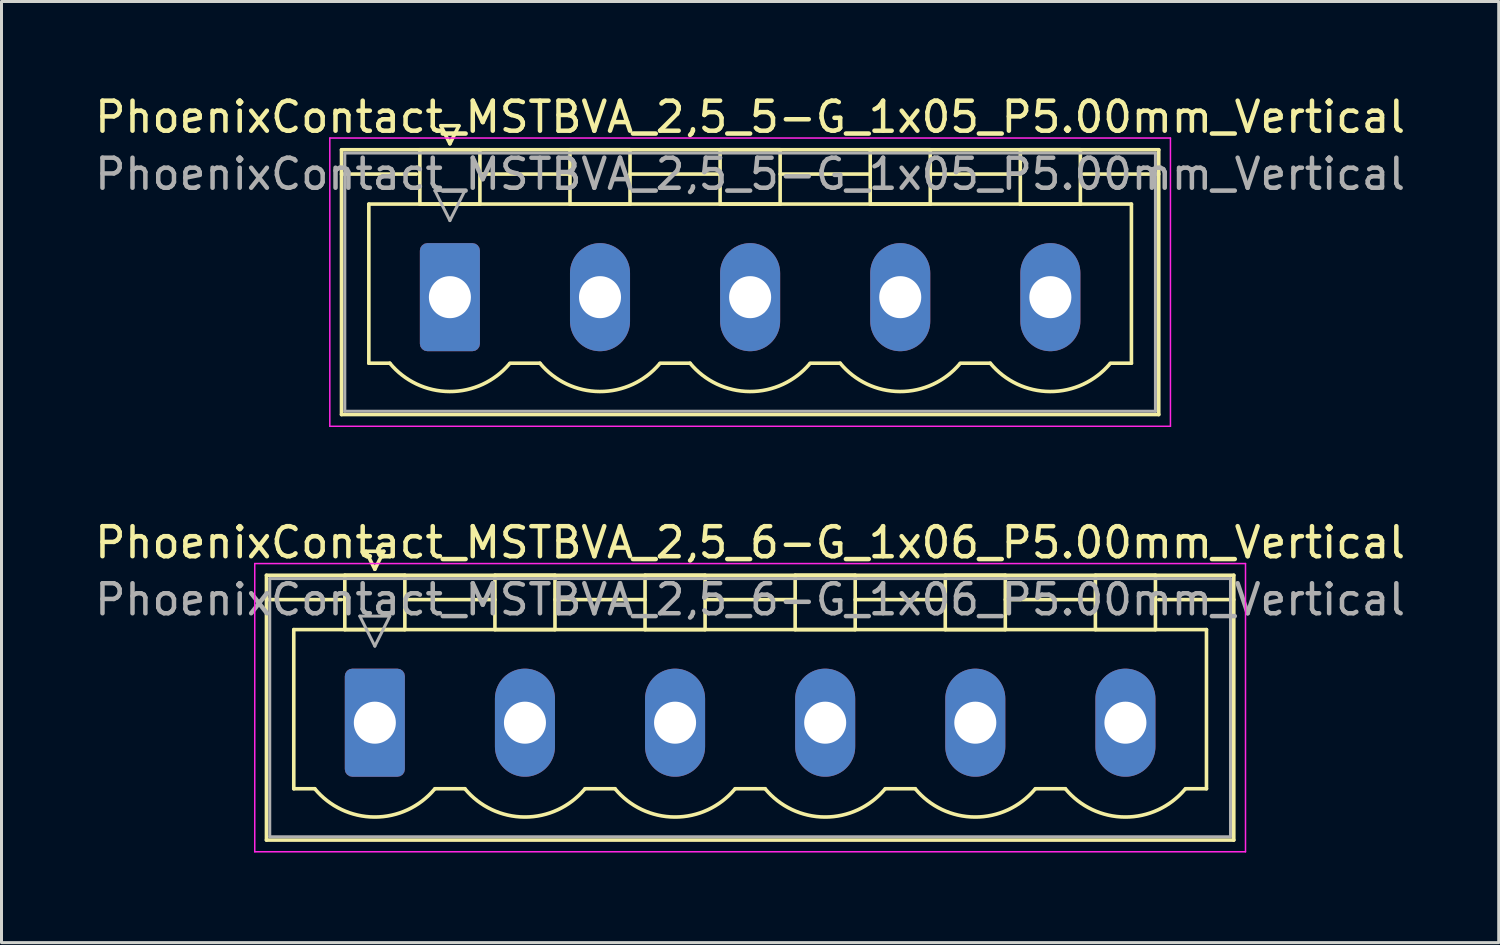
<source format=kicad_pcb>
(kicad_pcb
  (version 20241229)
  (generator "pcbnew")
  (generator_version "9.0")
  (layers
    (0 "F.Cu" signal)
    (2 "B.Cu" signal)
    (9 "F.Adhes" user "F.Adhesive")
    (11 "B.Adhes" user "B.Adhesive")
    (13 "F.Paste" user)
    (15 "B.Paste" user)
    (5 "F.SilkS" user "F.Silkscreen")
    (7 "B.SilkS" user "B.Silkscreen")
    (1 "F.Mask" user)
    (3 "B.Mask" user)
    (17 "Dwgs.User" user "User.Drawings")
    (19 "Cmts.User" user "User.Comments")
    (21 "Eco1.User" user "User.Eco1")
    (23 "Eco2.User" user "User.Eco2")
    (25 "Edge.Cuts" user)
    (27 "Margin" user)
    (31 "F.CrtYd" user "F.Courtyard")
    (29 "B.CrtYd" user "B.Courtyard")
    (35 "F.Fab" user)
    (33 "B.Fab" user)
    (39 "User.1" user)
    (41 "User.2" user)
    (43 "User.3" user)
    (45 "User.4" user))
  (footprint "PhoenixContact_MSTBVA_2,5_6-G_1x06_P5.00mm_Vertical"
    (layer "F.Cu")
    (at 9.435 21.021)
    (property "Reference" "PhoenixContact_MSTBVA_2,5_6-G_1x06_P5.00mm_Vertical" (at 12.5 -6 0) (layer "F.SilkS") (effects (font (size 1 1) (thickness 0.15))))
    (attr through_hole)
    (fp_line (start -3.61 -4.91) (end -3.61 3.91) (stroke (width 0.12) (type solid)) (layer "F.SilkS"))
    (fp_line (start -3.61 -4.1) (end -1.11 -4.1) (stroke (width 0.12) (type solid)) (layer "F.SilkS"))
    (fp_line (start -3.61 3.91) (end 28.61 3.91) (stroke (width 0.12) (type solid)) (layer "F.SilkS"))
    (fp_line (start -2.7 -3.1) (end 27.7 -3.1) (stroke (width 0.12) (type solid)) (layer "F.SilkS"))
    (fp_line (start -2.7 2.2) (end -2.7 -3.1) (stroke (width 0.12) (type solid)) (layer "F.SilkS"))
    (fp_line (start -2 2.2) (end -2.7 2.2) (stroke (width 0.12) (type solid)) (layer "F.SilkS"))
    (fp_line (start -1 -4.91) (end 1 -4.91) (stroke (width 0.12) (type solid)) (layer "F.SilkS"))
    (fp_line (start -1 -3.1) (end -1 -4.91) (stroke (width 0.12) (type solid)) (layer "F.SilkS"))
    (fp_line (start -0.3 -5.71) (end 0.3 -5.71) (stroke (width 0.12) (type solid)) (layer "F.SilkS"))
    (fp_line (start 0 -5.11) (end -0.3 -5.71) (stroke (width 0.12) (type solid)) (layer "F.SilkS"))
    (fp_line (start 0.3 -5.71) (end 0 -5.11) (stroke (width 0.12) (type solid)) (layer "F.SilkS"))
    (fp_line (start 1 -4.91) (end 1 -3.1) (stroke (width 0.12) (type solid)) (layer "F.SilkS"))
    (fp_line (start 1 -4.1) (end 4 -4.1) (stroke (width 0.12) (type solid)) (layer "F.SilkS"))
    (fp_line (start 1 -3.1) (end -1 -3.1) (stroke (width 0.12) (type solid)) (layer "F.SilkS"))
    (fp_line (start 2 2.2) (end 3 2.2) (stroke (width 0.12) (type solid)) (layer "F.SilkS"))
    (fp_line (start 4 -4.91) (end 6 -4.91) (stroke (width 0.12) (type solid)) (layer "F.SilkS"))
    (fp_line (start 4 -3.1) (end 4 -4.91) (stroke (width 0.12) (type solid)) (layer "F.SilkS"))
    (fp_line (start 6 -4.91) (end 6 -3.1) (stroke (width 0.12) (type solid)) (layer "F.SilkS"))
    (fp_line (start 6 -4.1) (end 9 -4.1) (stroke (width 0.12) (type solid)) (layer "F.SilkS"))
    (fp_line (start 6 -3.1) (end 4 -3.1) (stroke (width 0.12) (type solid)) (layer "F.SilkS"))
    (fp_line (start 7 2.2) (end 8 2.2) (stroke (width 0.12) (type solid)) (layer "F.SilkS"))
    (fp_line (start 9 -4.91) (end 11 -4.91) (stroke (width 0.12) (type solid)) (layer "F.SilkS"))
    (fp_line (start 9 -3.1) (end 9 -4.91) (stroke (width 0.12) (type solid)) (layer "F.SilkS"))
    (fp_line (start 11 -4.91) (end 11 -3.1) (stroke (width 0.12) (type solid)) (layer "F.SilkS"))
    (fp_line (start 11 -4.1) (end 14 -4.1) (stroke (width 0.12) (type solid)) (layer "F.SilkS"))
    (fp_line (start 11 -3.1) (end 9 -3.1) (stroke (width 0.12) (type solid)) (layer "F.SilkS"))
    (fp_line (start 12 2.2) (end 13 2.2) (stroke (width 0.12) (type solid)) (layer "F.SilkS"))
    (fp_line (start 14 -4.91) (end 16 -4.91) (stroke (width 0.12) (type solid)) (layer "F.SilkS"))
    (fp_line (start 14 -3.1) (end 14 -4.91) (stroke (width 0.12) (type solid)) (layer "F.SilkS"))
    (fp_line (start 16 -4.91) (end 16 -3.1) (stroke (width 0.12) (type solid)) (layer "F.SilkS"))
    (fp_line (start 16 -4.1) (end 19 -4.1) (stroke (width 0.12) (type solid)) (layer "F.SilkS"))
    (fp_line (start 16 -3.1) (end 14 -3.1) (stroke (width 0.12) (type solid)) (layer "F.SilkS"))
    (fp_line (start 17 2.2) (end 18 2.2) (stroke (width 0.12) (type solid)) (layer "F.SilkS"))
    (fp_line (start 19 -4.91) (end 21 -4.91) (stroke (width 0.12) (type solid)) (layer "F.SilkS"))
    (fp_line (start 19 -3.1) (end 19 -4.91) (stroke (width 0.12) (type solid)) (layer "F.SilkS"))
    (fp_line (start 21 -4.91) (end 21 -3.1) (stroke (width 0.12) (type solid)) (layer "F.SilkS"))
    (fp_line (start 21 -4.1) (end 24 -4.1) (stroke (width 0.12) (type solid)) (layer "F.SilkS"))
    (fp_line (start 21 -3.1) (end 19 -3.1) (stroke (width 0.12) (type solid)) (layer "F.SilkS"))
    (fp_line (start 22 2.2) (end 23 2.2) (stroke (width 0.12) (type solid)) (layer "F.SilkS"))
    (fp_line (start 24 -4.91) (end 26 -4.91) (stroke (width 0.12) (type solid)) (layer "F.SilkS"))
    (fp_line (start 24 -3.1) (end 24 -4.91) (stroke (width 0.12) (type solid)) (layer "F.SilkS"))
    (fp_line (start 26 -4.91) (end 26 -3.1) (stroke (width 0.12) (type solid)) (layer "F.SilkS"))
    (fp_line (start 26 -3.1) (end 24 -3.1) (stroke (width 0.12) (type solid)) (layer "F.SilkS"))
    (fp_line (start 27.7 -3.1) (end 27.7 2.2) (stroke (width 0.12) (type solid)) (layer "F.SilkS"))
    (fp_line (start 27.7 2.2) (end 27 2.2) (stroke (width 0.12) (type solid)) (layer "F.SilkS"))
    (fp_line (start 28.61 -4.91) (end -3.61 -4.91) (stroke (width 0.12) (type solid)) (layer "F.SilkS"))
    (fp_line (start 28.61 -4.1) (end 26.11 -4.1) (stroke (width 0.12) (type solid)) (layer "F.SilkS"))
    (fp_line (start 28.61 3.91) (end 28.61 -4.91) (stroke (width 0.12) (type solid)) (layer "F.SilkS"))
    (fp_arc (start 1.986842 2.215821) (mid -0.010289 3.142758) (end -2 2.2) (stroke (width 0.12) (type solid)) (layer "F.SilkS"))
    (fp_arc (start 6.986842 2.215821) (mid 4.989711 3.142758) (end 3 2.2) (stroke (width 0.12) (type solid)) (layer "F.SilkS"))
    (fp_arc (start 11.986842 2.215821) (mid 9.989711 3.142758) (end 8 2.2) (stroke (width 0.12) (type solid)) (layer "F.SilkS"))
    (fp_arc (start 16.986842 2.215821) (mid 14.989711 3.142758) (end 13 2.2) (stroke (width 0.12) (type solid)) (layer "F.SilkS"))
    (fp_arc (start 21.986842 2.215821) (mid 19.989711 3.142758) (end 18 2.2) (stroke (width 0.12) (type solid)) (layer "F.SilkS"))
    (fp_arc (start 26.986842 2.215821) (mid 24.989711 3.142758) (end 23 2.2) (stroke (width 0.12) (type solid)) (layer "F.SilkS"))
    (fp_line (start -4 -5.3) (end -4 4.3) (stroke (width 0.05) (type solid)) (layer "F.CrtYd"))
    (fp_line (start -4 4.3) (end 29 4.3) (stroke (width 0.05) (type solid)) (layer "F.CrtYd"))
    (fp_line (start 29 -5.3) (end -4 -5.3) (stroke (width 0.05) (type solid)) (layer "F.CrtYd"))
    (fp_line (start 29 4.3) (end 29 -5.3) (stroke (width 0.05) (type solid)) (layer "F.CrtYd"))
    (fp_line (start -3.5 -4.8) (end -3.5 3.8) (stroke (width 0.1) (type solid)) (layer "F.Fab"))
    (fp_line (start -3.5 3.8) (end 28.5 3.8) (stroke (width 0.1) (type solid)) (layer "F.Fab"))
    (fp_line (start -0.5 -3.55) (end 0.5 -3.55) (stroke (width 0.1) (type solid)) (layer "F.Fab"))
    (fp_line (start 0 -2.55) (end -0.5 -3.55) (stroke (width 0.1) (type solid)) (layer "F.Fab"))
    (fp_line (start 0.5 -3.55) (end 0 -2.55) (stroke (width 0.1) (type solid)) (layer "F.Fab"))
    (fp_line (start 28.5 -4.8) (end -3.5 -4.8) (stroke (width 0.1) (type solid)) (layer "F.Fab"))
    (fp_line (start 28.5 3.8) (end 28.5 -4.8) (stroke (width 0.1) (type solid)) (layer "F.Fab"))
    (fp_text user "${REFERENCE}" (at 12.5 -4.1 0) (layer "F.Fab") (effects (font (size 1 1) (thickness 0.15))))
    (pad "1" thru_hole roundrect (at 0 0) (size 2 3.6) (drill 1.4) (layers "*.Cu" "*.Mask") (roundrect_rratio 0.125))
    (pad "2" thru_hole oval (at 5 0) (size 2 3.6) (drill 1.4) (layers "*.Cu" "*.Mask"))
    (pad "3" thru_hole oval (at 10 0) (size 2 3.6) (drill 1.4) (layers "*.Cu" "*.Mask"))
    (pad "4" thru_hole oval (at 15 0) (size 2 3.6) (drill 1.4) (layers "*.Cu" "*.Mask"))
    (pad "5" thru_hole oval (at 20 0) (size 2 3.6) (drill 1.4) (layers "*.Cu" "*.Mask"))
    (pad "6" thru_hole oval (at 25 0) (size 2 3.6) (drill 1.4) (layers "*.Cu" "*.Mask")))
  (footprint "PhoenixContact_MSTBVA_2,5_5-G_1x05_P5.00mm_Vertical"
    (layer "F.Cu")
    (at 11.935 6.848)
    (property "Reference" "PhoenixContact_MSTBVA_2,5_5-G_1x05_P5.00mm_Vertical" (at 10 -6 0) (layer "F.SilkS") (effects (font (size 1 1) (thickness 0.15))))
    (attr through_hole)
    (fp_line (start -3.61 -4.91) (end -3.61 3.91) (stroke (width 0.12) (type solid)) (layer "F.SilkS"))
    (fp_line (start -3.61 -4.1) (end -1.11 -4.1) (stroke (width 0.12) (type solid)) (layer "F.SilkS"))
    (fp_line (start -3.61 3.91) (end 23.61 3.91) (stroke (width 0.12) (type solid)) (layer "F.SilkS"))
    (fp_line (start -2.7 -3.1) (end 22.7 -3.1) (stroke (width 0.12) (type solid)) (layer "F.SilkS"))
    (fp_line (start -2.7 2.2) (end -2.7 -3.1) (stroke (width 0.12) (type solid)) (layer "F.SilkS"))
    (fp_line (start -2 2.2) (end -2.7 2.2) (stroke (width 0.12) (type solid)) (layer "F.SilkS"))
    (fp_line (start -1 -4.91) (end 1 -4.91) (stroke (width 0.12) (type solid)) (layer "F.SilkS"))
    (fp_line (start -1 -3.1) (end -1 -4.91) (stroke (width 0.12) (type solid)) (layer "F.SilkS"))
    (fp_line (start -0.3 -5.71) (end 0.3 -5.71) (stroke (width 0.12) (type solid)) (layer "F.SilkS"))
    (fp_line (start 0 -5.11) (end -0.3 -5.71) (stroke (width 0.12) (type solid)) (layer "F.SilkS"))
    (fp_line (start 0.3 -5.71) (end 0 -5.11) (stroke (width 0.12) (type solid)) (layer "F.SilkS"))
    (fp_line (start 1 -4.91) (end 1 -3.1) (stroke (width 0.12) (type solid)) (layer "F.SilkS"))
    (fp_line (start 1 -4.1) (end 4 -4.1) (stroke (width 0.12) (type solid)) (layer "F.SilkS"))
    (fp_line (start 1 -3.1) (end -1 -3.1) (stroke (width 0.12) (type solid)) (layer "F.SilkS"))
    (fp_line (start 2 2.2) (end 3 2.2) (stroke (width 0.12) (type solid)) (layer "F.SilkS"))
    (fp_line (start 4 -4.91) (end 6 -4.91) (stroke (width 0.12) (type solid)) (layer "F.SilkS"))
    (fp_line (start 4 -3.1) (end 4 -4.91) (stroke (width 0.12) (type solid)) (layer "F.SilkS"))
    (fp_line (start 6 -4.91) (end 6 -3.1) (stroke (width 0.12) (type solid)) (layer "F.SilkS"))
    (fp_line (start 6 -4.1) (end 9 -4.1) (stroke (width 0.12) (type solid)) (layer "F.SilkS"))
    (fp_line (start 6 -3.1) (end 4 -3.1) (stroke (width 0.12) (type solid)) (layer "F.SilkS"))
    (fp_line (start 7 2.2) (end 8 2.2) (stroke (width 0.12) (type solid)) (layer "F.SilkS"))
    (fp_line (start 9 -4.91) (end 11 -4.91) (stroke (width 0.12) (type solid)) (layer "F.SilkS"))
    (fp_line (start 9 -3.1) (end 9 -4.91) (stroke (width 0.12) (type solid)) (layer "F.SilkS"))
    (fp_line (start 11 -4.91) (end 11 -3.1) (stroke (width 0.12) (type solid)) (layer "F.SilkS"))
    (fp_line (start 11 -4.1) (end 14 -4.1) (stroke (width 0.12) (type solid)) (layer "F.SilkS"))
    (fp_line (start 11 -3.1) (end 9 -3.1) (stroke (width 0.12) (type solid)) (layer "F.SilkS"))
    (fp_line (start 12 2.2) (end 13 2.2) (stroke (width 0.12) (type solid)) (layer "F.SilkS"))
    (fp_line (start 14 -4.91) (end 16 -4.91) (stroke (width 0.12) (type solid)) (layer "F.SilkS"))
    (fp_line (start 14 -3.1) (end 14 -4.91) (stroke (width 0.12) (type solid)) (layer "F.SilkS"))
    (fp_line (start 16 -4.91) (end 16 -3.1) (stroke (width 0.12) (type solid)) (layer "F.SilkS"))
    (fp_line (start 16 -4.1) (end 19 -4.1) (stroke (width 0.12) (type solid)) (layer "F.SilkS"))
    (fp_line (start 16 -3.1) (end 14 -3.1) (stroke (width 0.12) (type solid)) (layer "F.SilkS"))
    (fp_line (start 17 2.2) (end 18 2.2) (stroke (width 0.12) (type solid)) (layer "F.SilkS"))
    (fp_line (start 19 -4.91) (end 21 -4.91) (stroke (width 0.12) (type solid)) (layer "F.SilkS"))
    (fp_line (start 19 -3.1) (end 19 -4.91) (stroke (width 0.12) (type solid)) (layer "F.SilkS"))
    (fp_line (start 21 -4.91) (end 21 -3.1) (stroke (width 0.12) (type solid)) (layer "F.SilkS"))
    (fp_line (start 21 -3.1) (end 19 -3.1) (stroke (width 0.12) (type solid)) (layer "F.SilkS"))
    (fp_line (start 22.7 -3.1) (end 22.7 2.2) (stroke (width 0.12) (type solid)) (layer "F.SilkS"))
    (fp_line (start 22.7 2.2) (end 22 2.2) (stroke (width 0.12) (type solid)) (layer "F.SilkS"))
    (fp_line (start 23.61 -4.91) (end -3.61 -4.91) (stroke (width 0.12) (type solid)) (layer "F.SilkS"))
    (fp_line (start 23.61 -4.1) (end 21.11 -4.1) (stroke (width 0.12) (type solid)) (layer "F.SilkS"))
    (fp_line (start 23.61 3.91) (end 23.61 -4.91) (stroke (width 0.12) (type solid)) (layer "F.SilkS"))
    (fp_arc (start 1.986842 2.215821) (mid -0.010289 3.142758) (end -2 2.2) (stroke (width 0.12) (type solid)) (layer "F.SilkS"))
    (fp_arc (start 6.986842 2.215821) (mid 4.989711 3.142758) (end 3 2.2) (stroke (width 0.12) (type solid)) (layer "F.SilkS"))
    (fp_arc (start 11.986842 2.215821) (mid 9.989711 3.142758) (end 8 2.2) (stroke (width 0.12) (type solid)) (layer "F.SilkS"))
    (fp_arc (start 16.986842 2.215821) (mid 14.989711 3.142758) (end 13 2.2) (stroke (width 0.12) (type solid)) (layer "F.SilkS"))
    (fp_arc (start 21.986842 2.215821) (mid 19.989711 3.142758) (end 18 2.2) (stroke (width 0.12) (type solid)) (layer "F.SilkS"))
    (fp_line (start -4 -5.3) (end -4 4.3) (stroke (width 0.05) (type solid)) (layer "F.CrtYd"))
    (fp_line (start -4 4.3) (end 24 4.3) (stroke (width 0.05) (type solid)) (layer "F.CrtYd"))
    (fp_line (start 24 -5.3) (end -4 -5.3) (stroke (width 0.05) (type solid)) (layer "F.CrtYd"))
    (fp_line (start 24 4.3) (end 24 -5.3) (stroke (width 0.05) (type solid)) (layer "F.CrtYd"))
    (fp_line (start -3.5 -4.8) (end -3.5 3.8) (stroke (width 0.1) (type solid)) (layer "F.Fab"))
    (fp_line (start -3.5 3.8) (end 23.5 3.8) (stroke (width 0.1) (type solid)) (layer "F.Fab"))
    (fp_line (start -0.5 -3.55) (end 0.5 -3.55) (stroke (width 0.1) (type solid)) (layer "F.Fab"))
    (fp_line (start 0 -2.55) (end -0.5 -3.55) (stroke (width 0.1) (type solid)) (layer "F.Fab"))
    (fp_line (start 0.5 -3.55) (end 0 -2.55) (stroke (width 0.1) (type solid)) (layer "F.Fab"))
    (fp_line (start 23.5 -4.8) (end -3.5 -4.8) (stroke (width 0.1) (type solid)) (layer "F.Fab"))
    (fp_line (start 23.5 3.8) (end 23.5 -4.8) (stroke (width 0.1) (type solid)) (layer "F.Fab"))
    (fp_text user "${REFERENCE}" (at 10 -4.1 0) (layer "F.Fab") (effects (font (size 1 1) (thickness 0.15))))
    (pad "1" thru_hole roundrect (at 0 0) (size 2 3.6) (drill 1.4) (layers "*.Cu" "*.Mask") (roundrect_rratio 0.125))
    (pad "2" thru_hole oval (at 5 0) (size 2 3.6) (drill 1.4) (layers "*.Cu" "*.Mask"))
    (pad "3" thru_hole oval (at 10 0) (size 2 3.6) (drill 1.4) (layers "*.Cu" "*.Mask"))
    (pad "4" thru_hole oval (at 15 0) (size 2 3.6) (drill 1.4) (layers "*.Cu" "*.Mask"))
    (pad "5" thru_hole oval (at 20 0) (size 2 3.6) (drill 1.4) (layers "*.Cu" "*.Mask")))
  (gr_rect
    (start -3 -3)
    (end 46.869 28.346)
    (stroke (width 0.1) (type default))
    (fill no)
    (layer "Edge.Cuts")))
</source>
